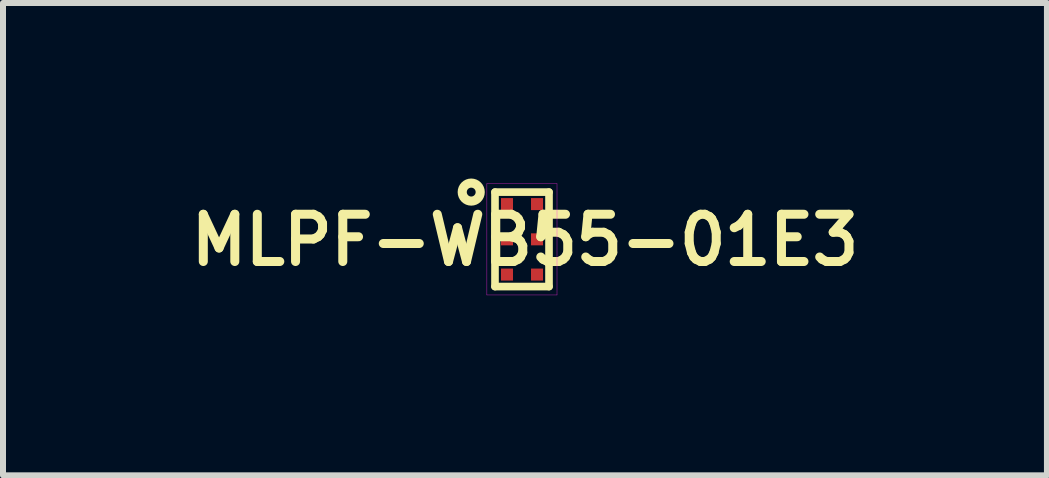
<source format=kicad_pcb>
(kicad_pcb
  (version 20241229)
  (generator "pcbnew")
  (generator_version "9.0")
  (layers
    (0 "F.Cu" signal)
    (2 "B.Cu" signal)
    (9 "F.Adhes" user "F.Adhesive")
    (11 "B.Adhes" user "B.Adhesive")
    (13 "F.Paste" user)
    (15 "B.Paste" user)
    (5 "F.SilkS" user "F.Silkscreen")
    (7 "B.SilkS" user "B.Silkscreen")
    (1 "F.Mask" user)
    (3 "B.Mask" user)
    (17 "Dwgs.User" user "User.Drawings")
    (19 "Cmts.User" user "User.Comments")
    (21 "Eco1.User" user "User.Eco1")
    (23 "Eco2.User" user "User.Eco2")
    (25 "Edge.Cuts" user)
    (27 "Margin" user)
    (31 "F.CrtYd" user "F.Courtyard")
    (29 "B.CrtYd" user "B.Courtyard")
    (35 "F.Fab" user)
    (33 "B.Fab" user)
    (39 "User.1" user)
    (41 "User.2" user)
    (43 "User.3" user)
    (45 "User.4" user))
  (footprint "MLPF-WB55-01E3"
    (layer "F.Cu")
    (at 5.696 0.95)
    (property "Reference" "MLPF-WB55-01E3" (at 0 0 0) (layer "F.SilkS") (effects (font (size 0.787 0.787) (thickness 0.15))))
    (attr smd)
    (fp_line (start -0.5 -0.8) (end -0.5 0.774) (stroke (width 0.127) (type solid)) (layer "F.SilkS"))
    (fp_line (start -0.5 -0.8) (end 0.4 -0.8) (stroke (width 0.127) (type solid)) (layer "F.SilkS"))
    (fp_line (start -0.5 0.774) (end 0.4 0.774) (stroke (width 0.127) (type solid)) (layer "F.SilkS"))
    (fp_line (start 0.4 -0.8) (end 0.4 0.774) (stroke (width 0.127) (type solid)) (layer "F.SilkS"))
    (fp_circle (center -0.896 -0.8) (end -0.822 -0.8) (stroke (width 0.152) (type solid)) (fill no) (layer "F.SilkS"))
    (fp_line (start -0.635 -0.94) (end -0.635 0.914) (stroke (width 0.006) (type solid)) (layer "F.CrtYd"))
    (fp_line (start -0.635 0.914) (end 0.533 0.914) (stroke (width 0.006) (type solid)) (layer "F.CrtYd"))
    (fp_line (start 0.533 -0.94) (end -0.635 -0.94) (stroke (width 0.006) (type solid)) (layer "F.CrtYd"))
    (fp_line (start 0.533 0.914) (end 0.533 -0.94) (stroke (width 0.006) (type solid)) (layer "F.CrtYd"))
    (pad "GND1" smd rect (at 0.2 0.574) (size 0.2 0.2) (layers "F.Cu" "F.Mask" "F.Paste"))
    (pad "GND2" smd rect (at 0.2 -0.013) (size 0.2 0.2) (layers "F.Cu" "F.Mask" "F.Paste"))
    (pad "GND3" smd rect (at 0.2 -0.6) (size 0.2 0.2) (layers "F.Cu" "F.Mask" "F.Paste"))
    (pad "GND4" smd rect (at -0.3 -0.013) (size 0.2 0.2) (layers "F.Cu" "F.Mask" "F.Paste"))
    (pad "IN" smd rect (at -0.3 0.574) (size 0.2 0.2) (layers "F.Cu" "F.Mask" "F.Paste"))
    (pad "OUT" smd rect (at -0.3 -0.6) (size 0.2 0.2) (layers "F.Cu" "F.Mask" "F.Paste")))
  (gr_rect
    (start -3 -3)
    (end 14.391 4.868)
    (stroke (width 0.1) (type default))
    (fill no)
    (layer "Edge.Cuts")))
</source>
